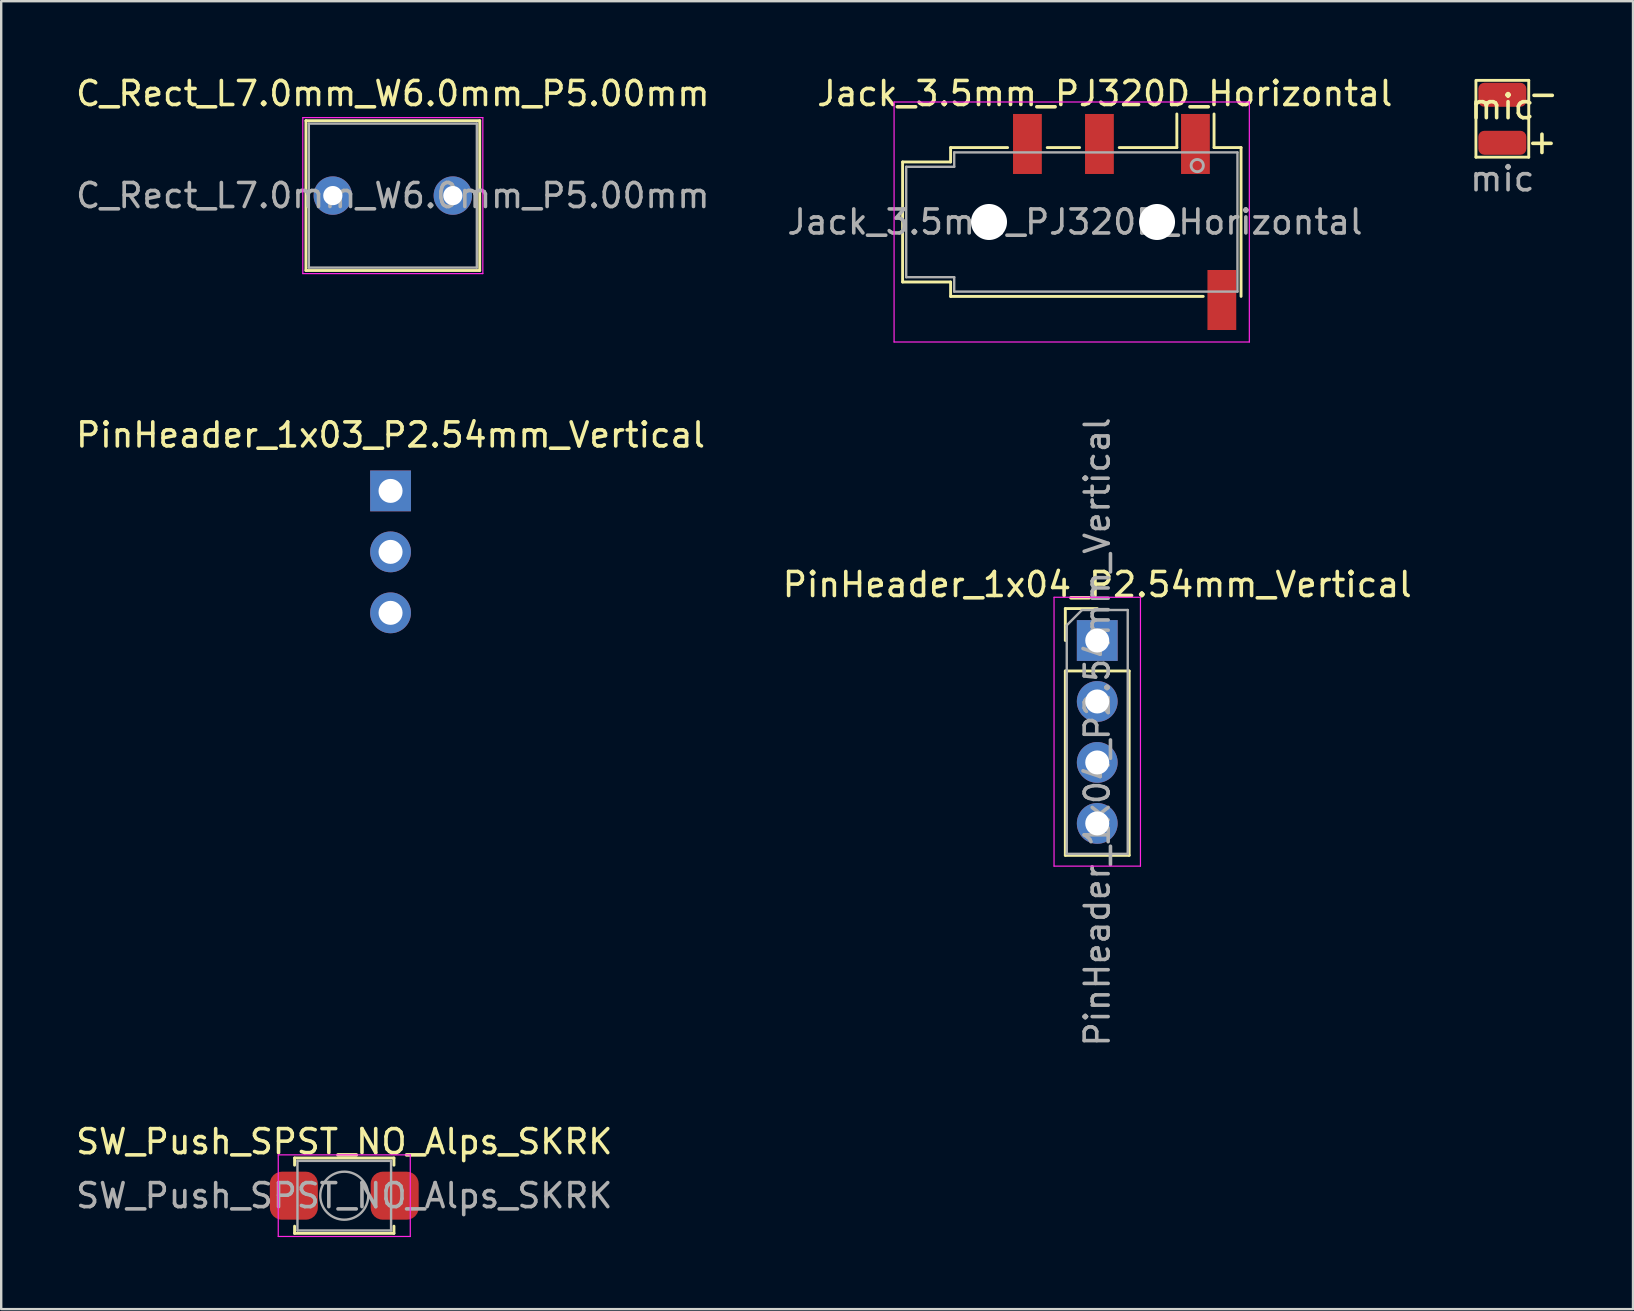
<source format=kicad_pcb>
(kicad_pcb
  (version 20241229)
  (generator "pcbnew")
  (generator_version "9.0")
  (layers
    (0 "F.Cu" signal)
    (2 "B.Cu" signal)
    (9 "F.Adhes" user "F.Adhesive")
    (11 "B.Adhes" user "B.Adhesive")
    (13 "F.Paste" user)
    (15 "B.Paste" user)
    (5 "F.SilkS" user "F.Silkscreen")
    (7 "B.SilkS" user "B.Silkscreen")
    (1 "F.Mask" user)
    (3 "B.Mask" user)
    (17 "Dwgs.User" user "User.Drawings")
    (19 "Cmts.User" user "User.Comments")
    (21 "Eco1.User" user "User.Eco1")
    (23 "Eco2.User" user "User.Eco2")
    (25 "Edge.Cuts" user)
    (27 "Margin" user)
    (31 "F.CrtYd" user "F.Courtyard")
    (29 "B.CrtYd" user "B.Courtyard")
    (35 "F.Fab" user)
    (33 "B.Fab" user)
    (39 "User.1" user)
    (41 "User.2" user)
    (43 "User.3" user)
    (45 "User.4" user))
  (footprint "mic"
    (layer "F.Cu")
    (at 59.537 1.898)
    (property "Reference" "mic" (at 0 -0.5 0) (unlocked yes) (layer "F.SilkS") (effects (font (size 1 1) (thickness 0.15))))
    (attr smd)
    (fp_line (start -1.1 -1.6) (end 1.1 -1.6) (stroke (width 0.12) (type default)) (layer "F.SilkS"))
    (fp_line (start -1.1 1.6) (end -1.1 -1.55) (stroke (width 0.12) (type default)) (layer "F.SilkS"))
    (fp_line (start 1.1 -1.6) (end 1.1 1.6) (stroke (width 0.12) (type default)) (layer "F.SilkS"))
    (fp_line (start 1.1 1.6) (end -1.1 1.6) (stroke (width 0.12) (type default)) (layer "F.SilkS"))
    (fp_text user "-" (at 1.7 -1.05 0) (unlocked yes) (layer "F.SilkS") (effects (font (size 1 1) (thickness 0.15))))
    (fp_text user "+" (at 1.65 0.95 0) (unlocked yes) (layer "F.SilkS") (effects (font (size 1 1) (thickness 0.15))))
    (fp_text user "${REFERENCE}" (at 0 2.5 0) (unlocked yes) (layer "F.Fab") (effects (font (size 1 1) (thickness 0.15))))
    (pad "1" smd roundrect (at 0 -1) (size 2 1) (layers "F.Cu" "F.Mask" "F.Paste") (roundrect_rratio 0.25))
    (pad "2" smd roundrect (at 0 1) (size 2 1) (layers "F.Cu" "F.Mask" "F.Paste") (roundrect_rratio 0.25)))
  (footprint "PinHeader_1x04_P2.54mm_Vertical"
    (layer "F.Cu")
    (at 42.661 23.633)
    (property "Reference" "PinHeader_1x04_P2.54mm_Vertical" (at 0 -2.33 0) (layer "F.SilkS") (effects (font (size 1 1) (thickness 0.15))))
    (attr through_hole)
    (fp_line (start -1.33 -1.33) (end 0 -1.33) (stroke (width 0.12) (type solid)) (layer "F.SilkS"))
    (fp_line (start -1.33 0) (end -1.33 -1.33) (stroke (width 0.12) (type solid)) (layer "F.SilkS"))
    (fp_line (start -1.33 1.27) (end -1.33 8.95) (stroke (width 0.12) (type solid)) (layer "F.SilkS"))
    (fp_line (start -1.33 1.27) (end 1.33 1.27) (stroke (width 0.12) (type solid)) (layer "F.SilkS"))
    (fp_line (start -1.33 8.95) (end 1.33 8.95) (stroke (width 0.12) (type solid)) (layer "F.SilkS"))
    (fp_line (start 1.33 1.27) (end 1.33 8.95) (stroke (width 0.12) (type solid)) (layer "F.SilkS"))
    (fp_line (start -1.8 -1.8) (end -1.8 9.4) (stroke (width 0.05) (type solid)) (layer "F.CrtYd"))
    (fp_line (start -1.8 9.4) (end 1.8 9.4) (stroke (width 0.05) (type solid)) (layer "F.CrtYd"))
    (fp_line (start 1.8 -1.8) (end -1.8 -1.8) (stroke (width 0.05) (type solid)) (layer "F.CrtYd"))
    (fp_line (start 1.8 9.4) (end 1.8 -1.8) (stroke (width 0.05) (type solid)) (layer "F.CrtYd"))
    (fp_line (start -1.27 -0.635) (end -0.635 -1.27) (stroke (width 0.1) (type solid)) (layer "F.Fab"))
    (fp_line (start -1.27 8.89) (end -1.27 -0.635) (stroke (width 0.1) (type solid)) (layer "F.Fab"))
    (fp_line (start -0.635 -1.27) (end 1.27 -1.27) (stroke (width 0.1) (type solid)) (layer "F.Fab"))
    (fp_line (start 1.27 -1.27) (end 1.27 8.89) (stroke (width 0.1) (type solid)) (layer "F.Fab"))
    (fp_line (start 1.27 8.89) (end -1.27 8.89) (stroke (width 0.1) (type solid)) (layer "F.Fab"))
    (fp_text user "${REFERENCE}" (at 0 3.81 90) (layer "F.Fab") (effects (font (size 1 1) (thickness 0.15))))
    (pad "1" thru_hole rect (at 0 0) (size 1.7 1.7) (drill 1) (layers "*.Cu" "*.Mask"))
    (pad "2" thru_hole oval (at 0 2.54) (size 1.7 1.7) (drill 1) (layers "*.Cu" "*.Mask"))
    (pad "3" thru_hole oval (at 0 5.08) (size 1.7 1.7) (drill 1) (layers "*.Cu" "*.Mask"))
    (pad "4" thru_hole oval (at 0 7.62) (size 1.7 1.7) (drill 1) (layers "*.Cu" "*.Mask")))
  (footprint "C_Rect_L7.0mm_W6.0mm_P5.00mm"
    (layer "F.Cu")
    (at 10.815 5.098)
    (property "Reference" "C_Rect_L7.0mm_W6.0mm_P5.00mm" (at 2.5 -4.25 0) (layer "F.SilkS") (effects (font (size 1 1) (thickness 0.15))))
    (attr through_hole)
    (fp_line (start -1.12 -3.12) (end -1.12 3.12) (stroke (width 0.12) (type solid)) (layer "F.SilkS"))
    (fp_line (start -1.12 -3.12) (end 6.12 -3.12) (stroke (width 0.12) (type solid)) (layer "F.SilkS"))
    (fp_line (start -1.12 3.12) (end 6.12 3.12) (stroke (width 0.12) (type solid)) (layer "F.SilkS"))
    (fp_line (start 6.12 -3.12) (end 6.12 3.12) (stroke (width 0.12) (type solid)) (layer "F.SilkS"))
    (fp_line (start -1.25 -3.25) (end -1.25 3.25) (stroke (width 0.05) (type solid)) (layer "F.CrtYd"))
    (fp_line (start -1.25 3.25) (end 6.25 3.25) (stroke (width 0.05) (type solid)) (layer "F.CrtYd"))
    (fp_line (start 6.25 -3.25) (end -1.25 -3.25) (stroke (width 0.05) (type solid)) (layer "F.CrtYd"))
    (fp_line (start 6.25 3.25) (end 6.25 -3.25) (stroke (width 0.05) (type solid)) (layer "F.CrtYd"))
    (fp_line (start -1 -3) (end -1 3) (stroke (width 0.1) (type solid)) (layer "F.Fab"))
    (fp_line (start -1 3) (end 6 3) (stroke (width 0.1) (type solid)) (layer "F.Fab"))
    (fp_line (start 6 -3) (end -1 -3) (stroke (width 0.1) (type solid)) (layer "F.Fab"))
    (fp_line (start 6 3) (end 6 -3) (stroke (width 0.1) (type solid)) (layer "F.Fab"))
    (fp_text user "${REFERENCE}" (at 2.5 0 0) (layer "F.Fab") (effects (font (size 1 1) (thickness 0.15))))
    (pad "1" thru_hole circle (at 0 0) (size 1.6 1.6) (drill 0.8) (layers "*.Cu" "*.Mask"))
    (pad "2" thru_hole circle (at 5 0) (size 1.6 1.6) (drill 0.8) (layers "*.Cu" "*.Mask")))
  (footprint "Jack_3.5mm_PJ320D_Horizontal"
    (layer "F.Cu")
    (at 42.927 6.198)
    (property "Reference" "Jack_3.5mm_PJ320D_Horizontal" (at 0.05 -5.35 0) (layer "F.SilkS") (effects (font (size 1 1) (thickness 0.15))))
    (attr smd)
    (fp_line (start -8.375 -2.5) (end -8.375 2.5) (stroke (width 0.12) (type solid)) (layer "F.SilkS"))
    (fp_line (start -6.375 -3.1) (end -6.375 -2.5) (stroke (width 0.12) (type solid)) (layer "F.SilkS"))
    (fp_line (start -6.375 -3.1) (end -4 -3.1) (stroke (width 0.12) (type solid)) (layer "F.SilkS"))
    (fp_line (start -6.375 -2.5) (end -8.375 -2.5) (stroke (width 0.12) (type solid)) (layer "F.SilkS"))
    (fp_line (start -6.375 2.5) (end -8.375 2.5) (stroke (width 0.12) (type solid)) (layer "F.SilkS"))
    (fp_line (start -6.375 2.5) (end -6.375 3.1) (stroke (width 0.12) (type solid)) (layer "F.SilkS"))
    (fp_line (start -2.35 -3.1) (end -1 -3.1) (stroke (width 0.12) (type solid)) (layer "F.SilkS"))
    (fp_line (start 0.65 -3.1) (end 3.05 -3.1) (stroke (width 0.12) (type solid)) (layer "F.SilkS"))
    (fp_line (start 3.05 -3.1) (end 3.05 -4.5) (stroke (width 0.12) (type solid)) (layer "F.SilkS"))
    (fp_line (start 4.15 3.1) (end -6.375 3.1) (stroke (width 0.12) (type solid)) (layer "F.SilkS"))
    (fp_line (start 4.6 -3.1) (end 4.6 -4.5) (stroke (width 0.12) (type solid)) (layer "F.SilkS"))
    (fp_line (start 4.6 -3.1) (end 5.725 -3.1) (stroke (width 0.12) (type solid)) (layer "F.SilkS"))
    (fp_line (start 5.725 3.1) (end 5.725 -3.1) (stroke (width 0.12) (type solid)) (layer "F.SilkS"))
    (fp_line (start -8.73 -5) (end 6.07 -5) (stroke (width 0.05) (type solid)) (layer "F.CrtYd"))
    (fp_line (start -8.73 5) (end -8.73 -5) (stroke (width 0.05) (type solid)) (layer "F.CrtYd"))
    (fp_line (start -8.73 5) (end 6.07 5) (stroke (width 0.05) (type solid)) (layer "F.CrtYd"))
    (fp_line (start 6.07 5) (end 6.07 -5) (stroke (width 0.05) (type solid)) (layer "F.CrtYd"))
    (fp_line (start -8.225 -2.3) (end -6.225 -2.3) (stroke (width 0.1) (type solid)) (layer "F.Fab"))
    (fp_line (start -8.225 2.3) (end -8.225 -2.3) (stroke (width 0.1) (type solid)) (layer "F.Fab"))
    (fp_line (start -6.225 -2.9) (end 5.575 -2.9) (stroke (width 0.1) (type solid)) (layer "F.Fab"))
    (fp_line (start -6.225 -2.3) (end -6.225 -2.9) (stroke (width 0.1) (type solid)) (layer "F.Fab"))
    (fp_line (start -6.225 2.3) (end -8.225 2.3) (stroke (width 0.1) (type solid)) (layer "F.Fab"))
    (fp_line (start -6.225 2.9) (end -6.225 2.3) (stroke (width 0.1) (type solid)) (layer "F.Fab"))
    (fp_line (start 5.575 -2.9) (end 5.575 2.9) (stroke (width 0.1) (type solid)) (layer "F.Fab"))
    (fp_line (start 5.575 2.9) (end -6.225 2.9) (stroke (width 0.1) (type solid)) (layer "F.Fab"))
    (fp_circle (center 3.9 -2.35) (end 3.95 -2.1) (stroke (width 0.12) (type solid)) (fill no) (layer "F.Fab"))
    (fp_text user "${REFERENCE}" (at -1.195 0 0) (layer "F.Fab") (effects (font (size 1 1) (thickness 0.15))))
    (pad "" np_thru_hole circle (at -4.775 0) (size 1.5 1.5) (drill 1.5) (layers "*.Cu" "*.Mask"))
    (pad "" np_thru_hole circle (at 2.225 0) (size 1.5 1.5) (drill 1.5) (layers "*.Cu" "*.Mask"))
    (pad "R1" smd rect (at -0.175 -3.25) (size 1.2 2.5) (layers "F.Cu" "F.Mask" "F.Paste"))
    (pad "R2" smd rect (at -3.175 -3.25) (size 1.2 2.5) (layers "F.Cu" "F.Mask" "F.Paste"))
    (pad "S" smd rect (at 4.925 3.25) (size 1.2 2.5) (layers "F.Cu" "F.Mask" "F.Paste"))
    (pad "T" smd rect (at 3.825 -3.25) (size 1.2 2.5) (layers "F.Cu" "F.Mask" "F.Paste")))
  (footprint "SW_Push_SPST_NO_Alps_SKRK"
    (layer "F.Cu")
    (at 11.292 46.762)
    (property "Reference" "SW_Push_SPST_NO_Alps_SKRK" (at 0 -2.25 0) (layer "F.SilkS") (effects (font (size 1 1) (thickness 0.15))))
    (attr smd)
    (fp_line (start -2.07 -1.57) (end 2.07 -1.57) (stroke (width 0.12) (type solid)) (layer "F.SilkS"))
    (fp_line (start -2.07 -1.27) (end -2.07 -1.57) (stroke (width 0.12) (type solid)) (layer "F.SilkS"))
    (fp_line (start -2.07 1.57) (end -2.07 1.27) (stroke (width 0.12) (type solid)) (layer "F.SilkS"))
    (fp_line (start 2.07 -1.57) (end 2.07 -1.27) (stroke (width 0.12) (type solid)) (layer "F.SilkS"))
    (fp_line (start 2.07 1.27) (end 2.07 1.57) (stroke (width 0.12) (type solid)) (layer "F.SilkS"))
    (fp_line (start 2.07 1.57) (end -2.07 1.57) (stroke (width 0.12) (type solid)) (layer "F.SilkS"))
    (fp_line (start -2.75 -1.7) (end 2.75 -1.7) (stroke (width 0.05) (type solid)) (layer "F.CrtYd"))
    (fp_line (start -2.75 1.7) (end -2.75 -1.7) (stroke (width 0.05) (type solid)) (layer "F.CrtYd"))
    (fp_line (start 2.75 -1.7) (end 2.75 1.7) (stroke (width 0.05) (type solid)) (layer "F.CrtYd"))
    (fp_line (start 2.75 1.7) (end -2.75 1.7) (stroke (width 0.05) (type solid)) (layer "F.CrtYd"))
    (fp_line (start -1.95 -1.45) (end 1.95 -1.45) (stroke (width 0.1) (type solid)) (layer "F.Fab"))
    (fp_line (start -1.95 1.45) (end -1.95 -1.45) (stroke (width 0.1) (type solid)) (layer "F.Fab"))
    (fp_line (start 1.95 -1.45) (end 1.95 1.45) (stroke (width 0.1) (type solid)) (layer "F.Fab"))
    (fp_line (start 1.95 1.45) (end -1.95 1.45) (stroke (width 0.1) (type solid)) (layer "F.Fab"))
    (fp_circle (center 0 0) (end 1 0) (stroke (width 0.1) (type solid)) (fill no) (layer "F.Fab"))
    (fp_text user "${REFERENCE}" (at 0 0 0) (layer "F.Fab") (effects (font (size 1 1) (thickness 0.15))))
    (pad "1" smd roundrect (at -2.1 0) (size 2 2) (layers "F.Cu" "F.Mask" "F.Paste") (roundrect_rratio 0.25))
    (pad "2" smd roundrect (at 2.1 0) (size 2 2) (layers "F.Cu" "F.Mask" "F.Paste") (roundrect_rratio 0.25)))
  (footprint "PinHeader_1x03_P2.54mm_Vertical"
    (layer "F.Cu")
    (at 13.22 17.401)
    (property "Reference" "PinHeader_1x03_P2.54mm_Vertical" (at 0 -2.33 0) (layer "F.SilkS") (effects (font (size 1 1) (thickness 0.15))))
    (attr through_hole)
    (pad "1" thru_hole rect (at 0 0) (size 1.7 1.7) (drill 1) (layers "*.Cu" "*.Mask"))
    (pad "2" thru_hole oval (at 0 2.54) (size 1.7 1.7) (drill 1) (layers "*.Cu" "*.Mask"))
    (pad "3" thru_hole oval (at 0 5.08) (size 1.7 1.7) (drill 1) (layers "*.Cu" "*.Mask")))
  (gr_rect
    (start -3 -3)
    (end 64.981 51.487)
    (stroke (width 0.1) (type default))
    (fill no)
    (layer "Edge.Cuts")))
</source>
